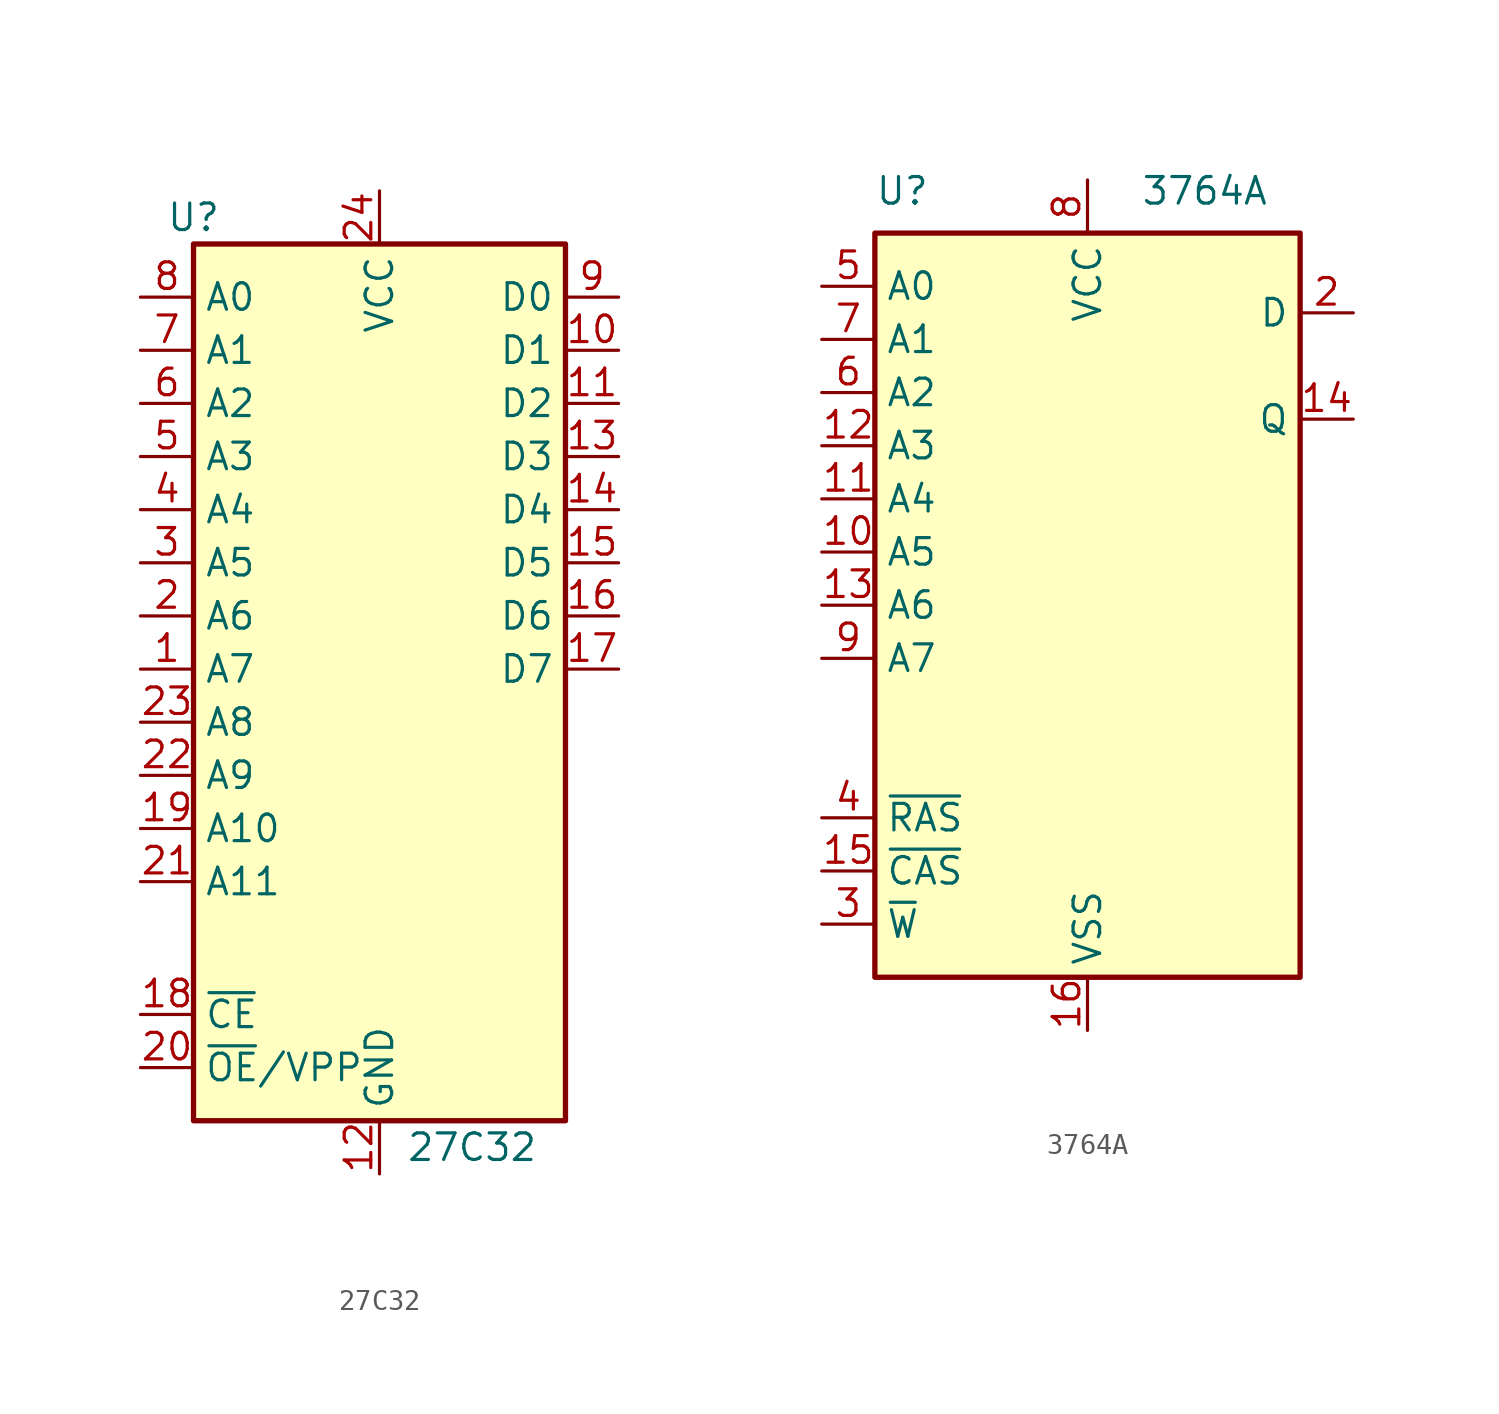
<source format=kicad_sym>
(kicad_symbol_lib
  (version 20220914)
  (generator kicad_symbol_editor)
  (symbol "27C32"
    (property "Reference" "U"
      (at -7.62 24.13 0)
      (effects (font (size 1.27 1.27))))
    (property "Value" "27C32"
      (at 2.54 -20.32 0)
      (effects (font (size 1.27 1.27)) (justify left)))
    (symbol "27C32_1_1"
      (rectangle (start -7.62 22.86) (end 10.16 -19.05) (stroke (width 0.254) (type default)) (fill (type background)))
      (pin input line (at -10.16 2.54 0) (length 2.54) (name "A7" (effects (font (size 1.27 1.27)))) (number "1" (effects (font (size 1.27 1.27)))))
      (pin tri_state line (at 12.7 17.78 180) (length 2.54) (name "D1" (effects (font (size 1.27 1.27)))) (number "10" (effects (font (size 1.27 1.27)))))
      (pin tri_state line (at 12.7 15.24 180) (length 2.54) (name "D2" (effects (font (size 1.27 1.27)))) (number "11" (effects (font (size 1.27 1.27)))))
      (pin power_in line (at 1.27 -21.59 90) (length 2.54) (name "GND" (effects (font (size 1.27 1.27)))) (number "12" (effects (font (size 1.27 1.27)))))
      (pin tri_state line (at 12.7 12.7 180) (length 2.54) (name "D3" (effects (font (size 1.27 1.27)))) (number "13" (effects (font (size 1.27 1.27)))))
      (pin tri_state line (at 12.7 10.16 180) (length 2.54) (name "D4" (effects (font (size 1.27 1.27)))) (number "14" (effects (font (size 1.27 1.27)))))
      (pin tri_state line (at 12.7 7.62 180) (length 2.54) (name "D5" (effects (font (size 1.27 1.27)))) (number "15" (effects (font (size 1.27 1.27)))))
      (pin tri_state line (at 12.7 5.08 180) (length 2.54) (name "D6" (effects (font (size 1.27 1.27)))) (number "16" (effects (font (size 1.27 1.27)))))
      (pin tri_state line (at 12.7 2.54 180) (length 2.54) (name "D7" (effects (font (size 1.27 1.27)))) (number "17" (effects (font (size 1.27 1.27)))))
      (pin input line (at -10.16 -13.97 0) (length 2.54) (name "~{CE}" (effects (font (size 1.27 1.27)))) (number "18" (effects (font (size 1.27 1.27)))))
      (pin input line (at -10.16 -5.08 0) (length 2.54) (name "A10" (effects (font (size 1.27 1.27)))) (number "19" (effects (font (size 1.27 1.27)))))
      (pin input line (at -10.16 5.08 0) (length 2.54) (name "A6" (effects (font (size 1.27 1.27)))) (number "2" (effects (font (size 1.27 1.27)))))
      (pin input line (at -10.16 -16.51 0) (length 2.54) (name "~{OE}/VPP" (effects (font (size 1.27 1.27)))) (number "20" (effects (font (size 1.27 1.27)))))
      (pin input line (at -10.16 -7.62 0) (length 2.54) (name "A11" (effects (font (size 1.27 1.27)))) (number "21" (effects (font (size 1.27 1.27)))))
      (pin input line (at -10.16 -2.54 0) (length 2.54) (name "A9" (effects (font (size 1.27 1.27)))) (number "22" (effects (font (size 1.27 1.27)))))
      (pin input line (at -10.16 0 0) (length 2.54) (name "A8" (effects (font (size 1.27 1.27)))) (number "23" (effects (font (size 1.27 1.27)))))
      (pin power_in line (at 1.27 25.4 270) (length 2.54) (name "VCC" (effects (font (size 1.27 1.27)))) (number "24" (effects (font (size 1.27 1.27)))))
      (pin input line (at -10.16 7.62 0) (length 2.54) (name "A5" (effects (font (size 1.27 1.27)))) (number "3" (effects (font (size 1.27 1.27)))))
      (pin input line (at -10.16 10.16 0) (length 2.54) (name "A4" (effects (font (size 1.27 1.27)))) (number "4" (effects (font (size 1.27 1.27)))))
      (pin input line (at -10.16 12.7 0) (length 2.54) (name "A3" (effects (font (size 1.27 1.27)))) (number "5" (effects (font (size 1.27 1.27)))))
      (pin input line (at -10.16 15.24 0) (length 2.54) (name "A2" (effects (font (size 1.27 1.27)))) (number "6" (effects (font (size 1.27 1.27)))))
      (pin input line (at -10.16 17.78 0) (length 2.54) (name "A1" (effects (font (size 1.27 1.27)))) (number "7" (effects (font (size 1.27 1.27)))))
      (pin input line (at -10.16 20.32 0) (length 2.54) (name "A0" (effects (font (size 1.27 1.27)))) (number "8" (effects (font (size 1.27 1.27)))))
      (pin tri_state line (at 12.7 20.32 180) (length 2.54) (name "D0" (effects (font (size 1.27 1.27)))) (number "9" (effects (font (size 1.27 1.27)))))))
  (symbol "3764A"
    (property "Reference" "U"
      (at -10.16 19.05 0)
      (effects (font (size 1.27 1.27)) (justify left bottom)))
    (property "Value" "3764A"
      (at 2.54 19.05 0)
      (effects (font (size 1.27 1.27)) (justify left bottom)))
    (symbol "3764A_0_1"
      (rectangle (start -10.16 17.78) (end 10.16 -17.78) (stroke (width 0.254) (type default)) (fill (type background))))
    (symbol "3764A_1_0"
      (pin power_in line (at 0 -20.32 90) (length 2.54) (name "VSS" (effects (font (size 1.27 1.27)))) (number "16" (effects (font (size 1.27 1.27)))))
      (pin power_in line (at 0 20.32 270) (length 2.54) (name "VCC" (effects (font (size 1.27 1.27)))) (number "8" (effects (font (size 1.27 1.27))))))
    (symbol "3764A_1_1"
      (pin input line (at -12.7 2.54 0) (length 2.54) (name "A5" (effects (font (size 1.27 1.27)))) (number "10" (effects (font (size 1.27 1.27)))))
      (pin input line (at -12.7 5.08 0) (length 2.54) (name "A4" (effects (font (size 1.27 1.27)))) (number "11" (effects (font (size 1.27 1.27)))))
      (pin input line (at -12.7 7.62 0) (length 2.54) (name "A3" (effects (font (size 1.27 1.27)))) (number "12" (effects (font (size 1.27 1.27)))))
      (pin input line (at -12.7 0 0) (length 2.54) (name "A6" (effects (font (size 1.27 1.27)))) (number "13" (effects (font (size 1.27 1.27)))))
      (pin output line (at 12.7 8.89 180) (length 2.54) (name "Q" (effects (font (size 1.27 1.27)))) (number "14" (effects (font (size 1.27 1.27)))))
      (pin input line (at -12.7 -12.7 0) (length 2.54) (name "~{CAS}" (effects (font (size 1.27 1.27)))) (number "15" (effects (font (size 1.27 1.27)))))
      (pin input line (at 12.7 13.97 180) (length 2.54) (name "D" (effects (font (size 1.27 1.27)))) (number "2" (effects (font (size 1.27 1.27)))))
      (pin input line (at -12.7 -15.24 0) (length 2.54) (name "~{W}" (effects (font (size 1.27 1.27)))) (number "3" (effects (font (size 1.27 1.27)))))
      (pin input line (at -12.7 -10.16 0) (length 2.54) (name "~{RAS}" (effects (font (size 1.27 1.27)))) (number "4" (effects (font (size 1.27 1.27)))))
      (pin input line (at -12.7 15.24 0) (length 2.54) (name "A0" (effects (font (size 1.27 1.27)))) (number "5" (effects (font (size 1.27 1.27)))))
      (pin input line (at -12.7 10.16 0) (length 2.54) (name "A2" (effects (font (size 1.27 1.27)))) (number "6" (effects (font (size 1.27 1.27)))))
      (pin input line (at -12.7 12.7 0) (length 2.54) (name "A1" (effects (font (size 1.27 1.27)))) (number "7" (effects (font (size 1.27 1.27)))))
      (pin input line (at -12.7 -2.54 0) (length 2.54) (name "A7" (effects (font (size 1.27 1.27)))) (number "9" (effects (font (size 1.27 1.27))))))))
</source>
